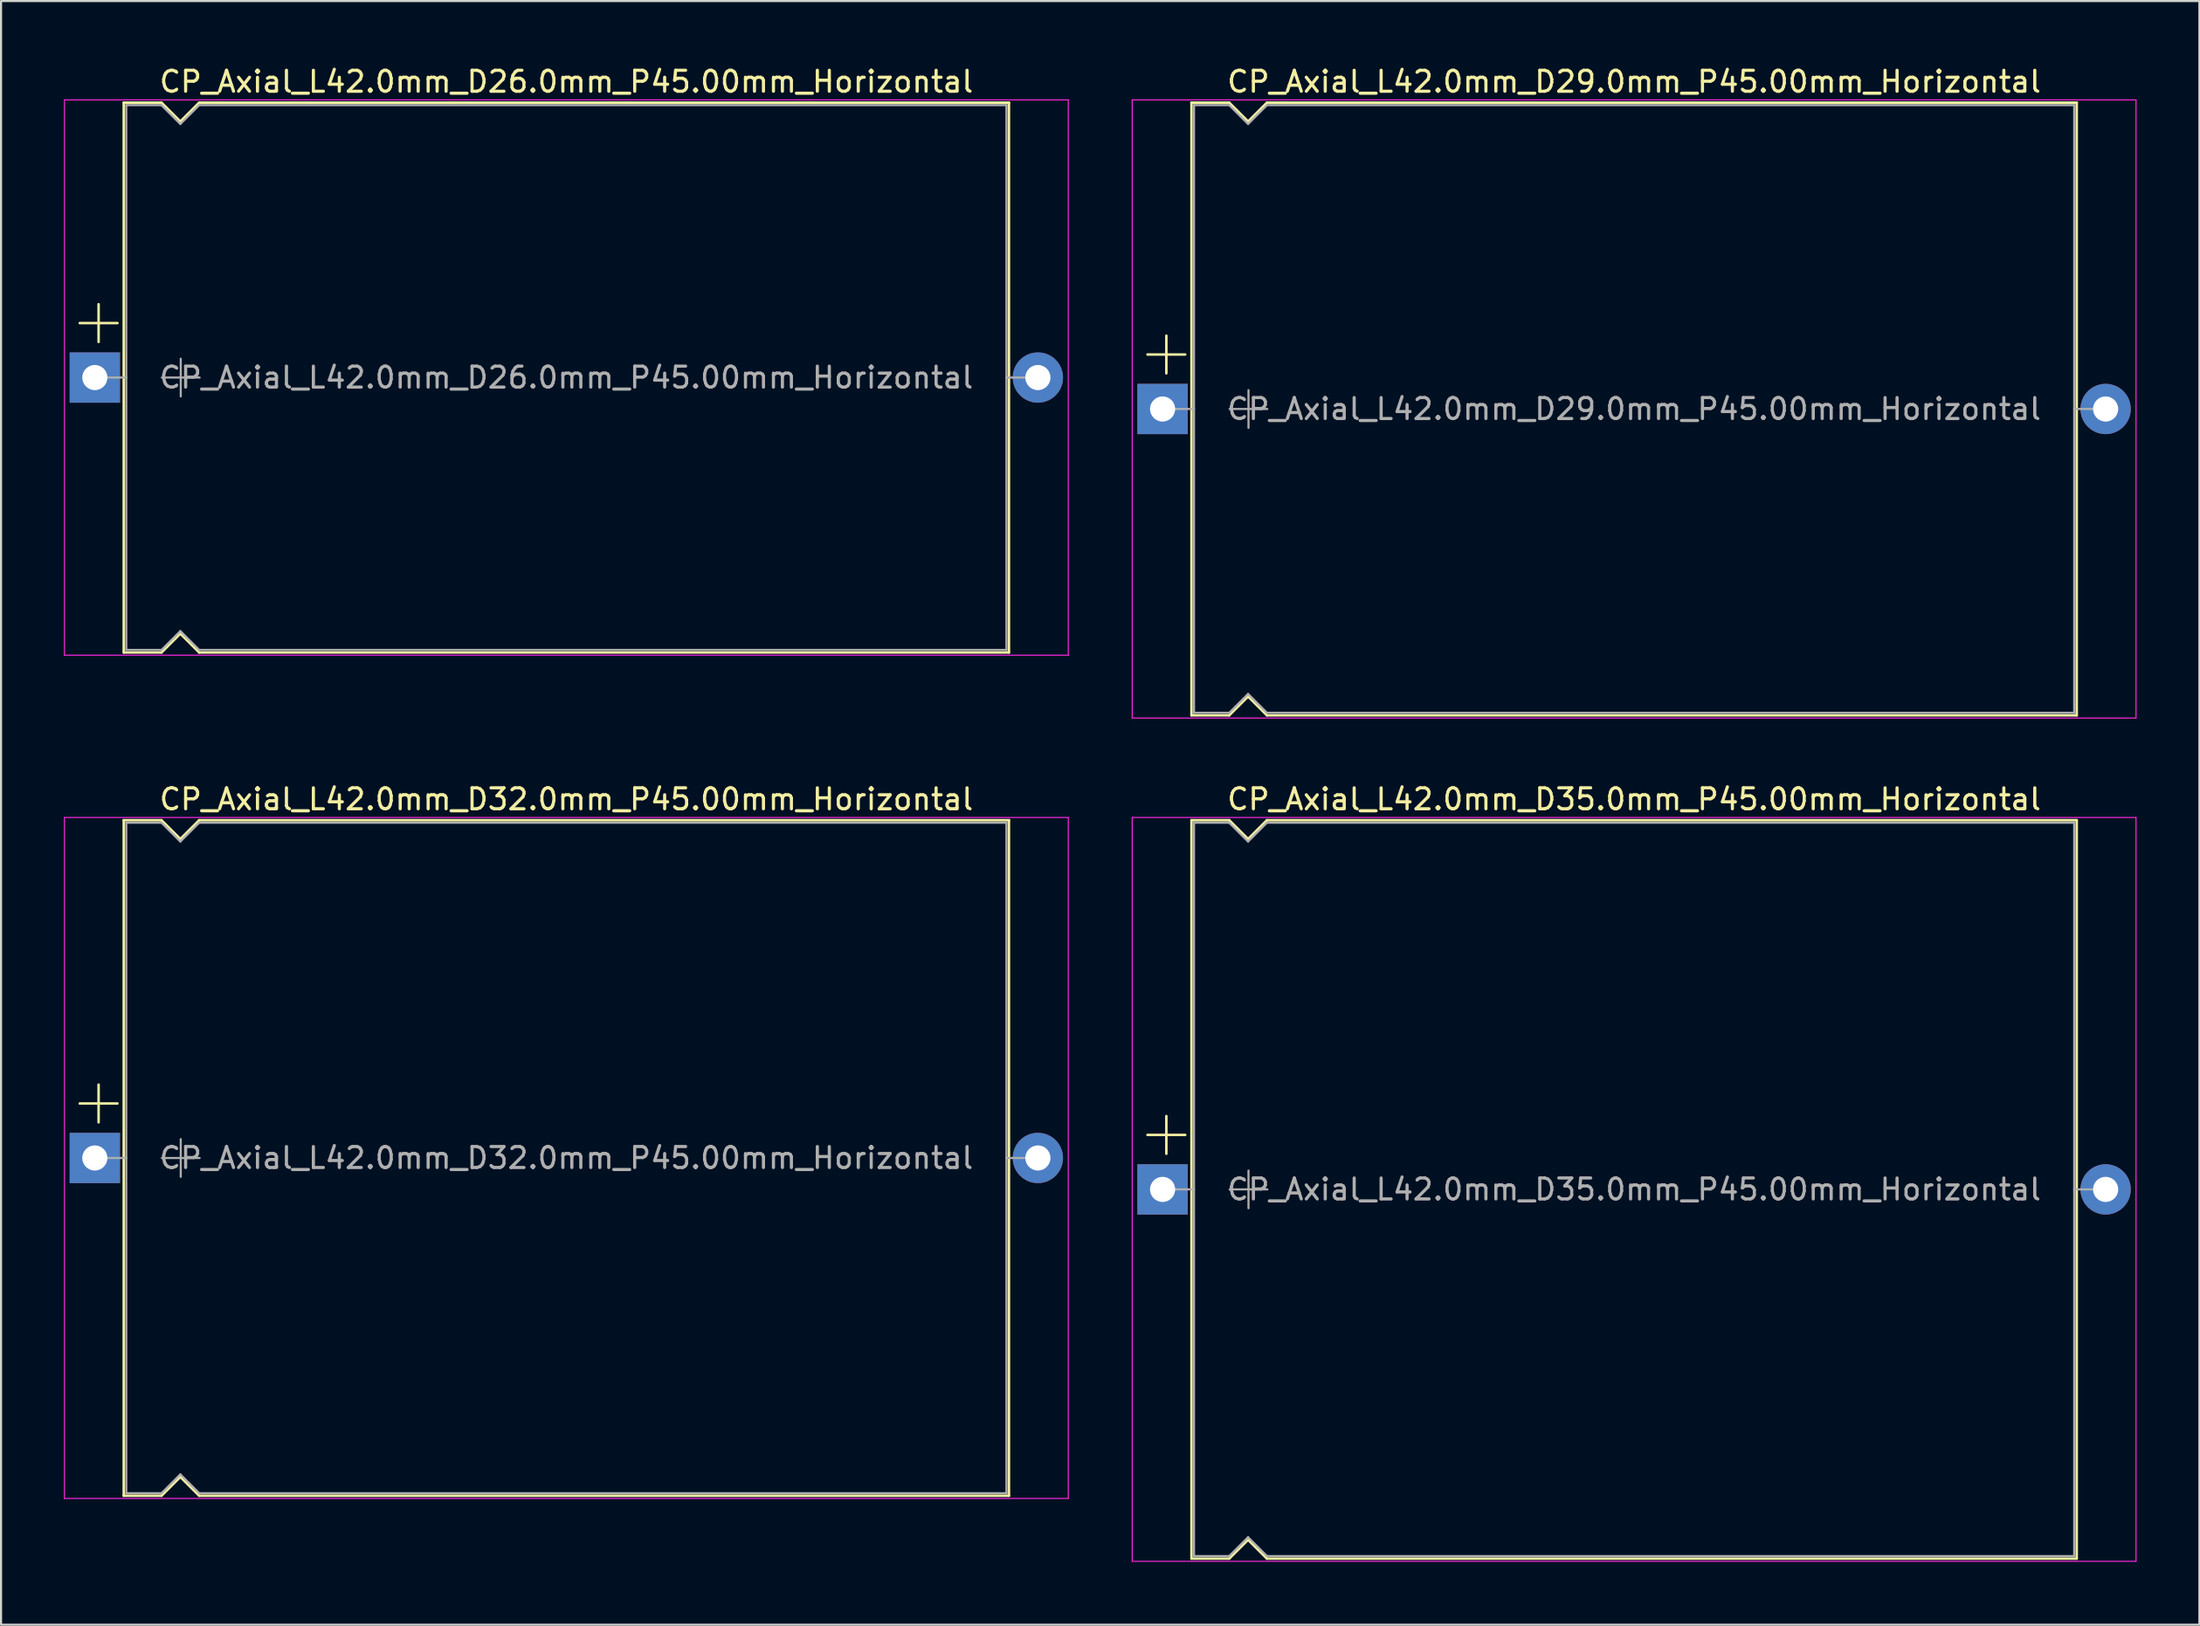
<source format=kicad_pcb>
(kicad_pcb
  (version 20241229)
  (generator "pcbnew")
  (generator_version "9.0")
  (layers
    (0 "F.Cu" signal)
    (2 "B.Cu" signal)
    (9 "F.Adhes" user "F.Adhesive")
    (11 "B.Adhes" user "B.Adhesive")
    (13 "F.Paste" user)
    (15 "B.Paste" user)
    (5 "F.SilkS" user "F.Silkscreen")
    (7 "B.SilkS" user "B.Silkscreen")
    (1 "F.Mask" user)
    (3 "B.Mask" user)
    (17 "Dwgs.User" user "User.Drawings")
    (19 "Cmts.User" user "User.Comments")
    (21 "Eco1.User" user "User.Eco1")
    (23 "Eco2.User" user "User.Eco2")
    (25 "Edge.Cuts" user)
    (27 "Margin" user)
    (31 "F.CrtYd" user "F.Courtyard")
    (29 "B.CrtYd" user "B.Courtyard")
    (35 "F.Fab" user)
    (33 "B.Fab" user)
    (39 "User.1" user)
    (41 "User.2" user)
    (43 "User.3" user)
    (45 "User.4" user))
  (footprint "CP_Axial_L42.0mm_D35.0mm_P45.00mm_Horizontal"
    (layer "F.Cu")
    (at 52.425 53.712)
    (property "Reference" "CP_Axial_L42.0mm_D35.0mm_P45.00mm_Horizontal" (at 22.5 -18.62 0) (layer "F.SilkS") (effects (font (size 1 1) (thickness 0.15))))
    (attr through_hole)
    (fp_line (start -0.72 -2.6) (end 1.08 -2.6) (stroke (width 0.12) (type solid)) (layer "F.SilkS"))
    (fp_line (start 0.18 -3.5) (end 0.18 -1.7) (stroke (width 0.12) (type solid)) (layer "F.SilkS"))
    (fp_line (start 1.38 -17.62) (end 1.38 17.62) (stroke (width 0.12) (type solid)) (layer "F.SilkS"))
    (fp_line (start 1.38 -17.62) (end 3.18 -17.62) (stroke (width 0.12) (type solid)) (layer "F.SilkS"))
    (fp_line (start 1.38 17.62) (end 3.18 17.62) (stroke (width 0.12) (type solid)) (layer "F.SilkS"))
    (fp_line (start 3.18 -17.62) (end 4.08 -16.72) (stroke (width 0.12) (type solid)) (layer "F.SilkS"))
    (fp_line (start 3.18 17.62) (end 4.08 16.72) (stroke (width 0.12) (type solid)) (layer "F.SilkS"))
    (fp_line (start 4.08 -16.72) (end 4.98 -17.62) (stroke (width 0.12) (type solid)) (layer "F.SilkS"))
    (fp_line (start 4.08 16.72) (end 4.98 17.62) (stroke (width 0.12) (type solid)) (layer "F.SilkS"))
    (fp_line (start 4.98 -17.62) (end 43.62 -17.62) (stroke (width 0.12) (type solid)) (layer "F.SilkS"))
    (fp_line (start 4.98 17.62) (end 43.62 17.62) (stroke (width 0.12) (type solid)) (layer "F.SilkS"))
    (fp_line (start 43.62 -17.62) (end 43.62 17.62) (stroke (width 0.12) (type solid)) (layer "F.SilkS"))
    (fp_line (start -1.45 -17.75) (end -1.45 17.75) (stroke (width 0.05) (type solid)) (layer "F.CrtYd"))
    (fp_line (start -1.45 17.75) (end 46.45 17.75) (stroke (width 0.05) (type solid)) (layer "F.CrtYd"))
    (fp_line (start 46.45 -17.75) (end -1.45 -17.75) (stroke (width 0.05) (type solid)) (layer "F.CrtYd"))
    (fp_line (start 46.45 17.75) (end 46.45 -17.75) (stroke (width 0.05) (type solid)) (layer "F.CrtYd"))
    (fp_line (start 0 0) (end 1.5 0) (stroke (width 0.1) (type solid)) (layer "F.Fab"))
    (fp_line (start 1.5 -17.5) (end 1.5 17.5) (stroke (width 0.1) (type solid)) (layer "F.Fab"))
    (fp_line (start 1.5 -17.5) (end 3.18 -17.5) (stroke (width 0.1) (type solid)) (layer "F.Fab"))
    (fp_line (start 1.5 17.5) (end 3.18 17.5) (stroke (width 0.1) (type solid)) (layer "F.Fab"))
    (fp_line (start 3.18 -17.5) (end 4.08 -16.6) (stroke (width 0.1) (type solid)) (layer "F.Fab"))
    (fp_line (start 3.18 17.5) (end 4.08 16.6) (stroke (width 0.1) (type solid)) (layer "F.Fab"))
    (fp_line (start 3.2 0) (end 5 0) (stroke (width 0.1) (type solid)) (layer "F.Fab"))
    (fp_line (start 4.08 -16.6) (end 4.98 -17.5) (stroke (width 0.1) (type solid)) (layer "F.Fab"))
    (fp_line (start 4.08 16.6) (end 4.98 17.5) (stroke (width 0.1) (type solid)) (layer "F.Fab"))
    (fp_line (start 4.1 -0.9) (end 4.1 0.9) (stroke (width 0.1) (type solid)) (layer "F.Fab"))
    (fp_line (start 4.98 -17.5) (end 43.5 -17.5) (stroke (width 0.1) (type solid)) (layer "F.Fab"))
    (fp_line (start 4.98 17.5) (end 43.5 17.5) (stroke (width 0.1) (type solid)) (layer "F.Fab"))
    (fp_line (start 43.5 -17.5) (end 43.5 17.5) (stroke (width 0.1) (type solid)) (layer "F.Fab"))
    (fp_line (start 45 0) (end 43.5 0) (stroke (width 0.1) (type solid)) (layer "F.Fab"))
    (fp_text user "${REFERENCE}" (at 22.5 0 0) (layer "F.Fab") (effects (font (size 1 1) (thickness 0.15))))
    (pad "1" thru_hole rect (at 0 0) (size 2.4 2.4) (drill 1.2) (layers "*.Cu" "*.Mask"))
    (pad "2" thru_hole oval (at 45 0) (size 2.4 2.4) (drill 1.2) (layers "*.Cu" "*.Mask")))
  (footprint "CP_Axial_L42.0mm_D32.0mm_P45.00mm_Horizontal"
    (layer "F.Cu")
    (at 1.475 52.212)
    (property "Reference" "CP_Axial_L42.0mm_D32.0mm_P45.00mm_Horizontal" (at 22.5 -17.12 0) (layer "F.SilkS") (effects (font (size 1 1) (thickness 0.15))))
    (attr through_hole)
    (fp_line (start -0.72 -2.6) (end 1.08 -2.6) (stroke (width 0.12) (type solid)) (layer "F.SilkS"))
    (fp_line (start 0.18 -3.5) (end 0.18 -1.7) (stroke (width 0.12) (type solid)) (layer "F.SilkS"))
    (fp_line (start 1.38 -16.12) (end 1.38 16.12) (stroke (width 0.12) (type solid)) (layer "F.SilkS"))
    (fp_line (start 1.38 -16.12) (end 3.18 -16.12) (stroke (width 0.12) (type solid)) (layer "F.SilkS"))
    (fp_line (start 1.38 16.12) (end 3.18 16.12) (stroke (width 0.12) (type solid)) (layer "F.SilkS"))
    (fp_line (start 3.18 -16.12) (end 4.08 -15.22) (stroke (width 0.12) (type solid)) (layer "F.SilkS"))
    (fp_line (start 3.18 16.12) (end 4.08 15.22) (stroke (width 0.12) (type solid)) (layer "F.SilkS"))
    (fp_line (start 4.08 -15.22) (end 4.98 -16.12) (stroke (width 0.12) (type solid)) (layer "F.SilkS"))
    (fp_line (start 4.08 15.22) (end 4.98 16.12) (stroke (width 0.12) (type solid)) (layer "F.SilkS"))
    (fp_line (start 4.98 -16.12) (end 43.62 -16.12) (stroke (width 0.12) (type solid)) (layer "F.SilkS"))
    (fp_line (start 4.98 16.12) (end 43.62 16.12) (stroke (width 0.12) (type solid)) (layer "F.SilkS"))
    (fp_line (start 43.62 -16.12) (end 43.62 16.12) (stroke (width 0.12) (type solid)) (layer "F.SilkS"))
    (fp_line (start -1.45 -16.25) (end -1.45 16.25) (stroke (width 0.05) (type solid)) (layer "F.CrtYd"))
    (fp_line (start -1.45 16.25) (end 46.45 16.25) (stroke (width 0.05) (type solid)) (layer "F.CrtYd"))
    (fp_line (start 46.45 -16.25) (end -1.45 -16.25) (stroke (width 0.05) (type solid)) (layer "F.CrtYd"))
    (fp_line (start 46.45 16.25) (end 46.45 -16.25) (stroke (width 0.05) (type solid)) (layer "F.CrtYd"))
    (fp_line (start 0 0) (end 1.5 0) (stroke (width 0.1) (type solid)) (layer "F.Fab"))
    (fp_line (start 1.5 -16) (end 1.5 16) (stroke (width 0.1) (type solid)) (layer "F.Fab"))
    (fp_line (start 1.5 -16) (end 3.18 -16) (stroke (width 0.1) (type solid)) (layer "F.Fab"))
    (fp_line (start 1.5 16) (end 3.18 16) (stroke (width 0.1) (type solid)) (layer "F.Fab"))
    (fp_line (start 3.18 -16) (end 4.08 -15.1) (stroke (width 0.1) (type solid)) (layer "F.Fab"))
    (fp_line (start 3.18 16) (end 4.08 15.1) (stroke (width 0.1) (type solid)) (layer "F.Fab"))
    (fp_line (start 3.2 0) (end 5 0) (stroke (width 0.1) (type solid)) (layer "F.Fab"))
    (fp_line (start 4.08 -15.1) (end 4.98 -16) (stroke (width 0.1) (type solid)) (layer "F.Fab"))
    (fp_line (start 4.08 15.1) (end 4.98 16) (stroke (width 0.1) (type solid)) (layer "F.Fab"))
    (fp_line (start 4.1 -0.9) (end 4.1 0.9) (stroke (width 0.1) (type solid)) (layer "F.Fab"))
    (fp_line (start 4.98 -16) (end 43.5 -16) (stroke (width 0.1) (type solid)) (layer "F.Fab"))
    (fp_line (start 4.98 16) (end 43.5 16) (stroke (width 0.1) (type solid)) (layer "F.Fab"))
    (fp_line (start 43.5 -16) (end 43.5 16) (stroke (width 0.1) (type solid)) (layer "F.Fab"))
    (fp_line (start 45 0) (end 43.5 0) (stroke (width 0.1) (type solid)) (layer "F.Fab"))
    (fp_text user "${REFERENCE}" (at 22.5 0 0) (layer "F.Fab") (effects (font (size 1 1) (thickness 0.15))))
    (pad "1" thru_hole rect (at 0 0) (size 2.4 2.4) (drill 1.2) (layers "*.Cu" "*.Mask"))
    (pad "2" thru_hole oval (at 45 0) (size 2.4 2.4) (drill 1.2) (layers "*.Cu" "*.Mask")))
  (footprint "CP_Axial_L42.0mm_D26.0mm_P45.00mm_Horizontal"
    (layer "F.Cu")
    (at 1.475 14.968)
    (property "Reference" "CP_Axial_L42.0mm_D26.0mm_P45.00mm_Horizontal" (at 22.5 -14.12 0) (layer "F.SilkS") (effects (font (size 1 1) (thickness 0.15))))
    (attr through_hole)
    (fp_line (start -0.72 -2.6) (end 1.08 -2.6) (stroke (width 0.12) (type solid)) (layer "F.SilkS"))
    (fp_line (start 0.18 -3.5) (end 0.18 -1.7) (stroke (width 0.12) (type solid)) (layer "F.SilkS"))
    (fp_line (start 1.38 -13.12) (end 1.38 13.12) (stroke (width 0.12) (type solid)) (layer "F.SilkS"))
    (fp_line (start 1.38 -13.12) (end 3.18 -13.12) (stroke (width 0.12) (type solid)) (layer "F.SilkS"))
    (fp_line (start 1.38 13.12) (end 3.18 13.12) (stroke (width 0.12) (type solid)) (layer "F.SilkS"))
    (fp_line (start 3.18 -13.12) (end 4.08 -12.22) (stroke (width 0.12) (type solid)) (layer "F.SilkS"))
    (fp_line (start 3.18 13.12) (end 4.08 12.22) (stroke (width 0.12) (type solid)) (layer "F.SilkS"))
    (fp_line (start 4.08 -12.22) (end 4.98 -13.12) (stroke (width 0.12) (type solid)) (layer "F.SilkS"))
    (fp_line (start 4.08 12.22) (end 4.98 13.12) (stroke (width 0.12) (type solid)) (layer "F.SilkS"))
    (fp_line (start 4.98 -13.12) (end 43.62 -13.12) (stroke (width 0.12) (type solid)) (layer "F.SilkS"))
    (fp_line (start 4.98 13.12) (end 43.62 13.12) (stroke (width 0.12) (type solid)) (layer "F.SilkS"))
    (fp_line (start 43.62 -13.12) (end 43.62 13.12) (stroke (width 0.12) (type solid)) (layer "F.SilkS"))
    (fp_line (start -1.45 -13.25) (end -1.45 13.25) (stroke (width 0.05) (type solid)) (layer "F.CrtYd"))
    (fp_line (start -1.45 13.25) (end 46.45 13.25) (stroke (width 0.05) (type solid)) (layer "F.CrtYd"))
    (fp_line (start 46.45 -13.25) (end -1.45 -13.25) (stroke (width 0.05) (type solid)) (layer "F.CrtYd"))
    (fp_line (start 46.45 13.25) (end 46.45 -13.25) (stroke (width 0.05) (type solid)) (layer "F.CrtYd"))
    (fp_line (start 0 0) (end 1.5 0) (stroke (width 0.1) (type solid)) (layer "F.Fab"))
    (fp_line (start 1.5 -13) (end 1.5 13) (stroke (width 0.1) (type solid)) (layer "F.Fab"))
    (fp_line (start 1.5 -13) (end 3.18 -13) (stroke (width 0.1) (type solid)) (layer "F.Fab"))
    (fp_line (start 1.5 13) (end 3.18 13) (stroke (width 0.1) (type solid)) (layer "F.Fab"))
    (fp_line (start 3.18 -13) (end 4.08 -12.1) (stroke (width 0.1) (type solid)) (layer "F.Fab"))
    (fp_line (start 3.18 13) (end 4.08 12.1) (stroke (width 0.1) (type solid)) (layer "F.Fab"))
    (fp_line (start 3.2 0) (end 5 0) (stroke (width 0.1) (type solid)) (layer "F.Fab"))
    (fp_line (start 4.08 -12.1) (end 4.98 -13) (stroke (width 0.1) (type solid)) (layer "F.Fab"))
    (fp_line (start 4.08 12.1) (end 4.98 13) (stroke (width 0.1) (type solid)) (layer "F.Fab"))
    (fp_line (start 4.1 -0.9) (end 4.1 0.9) (stroke (width 0.1) (type solid)) (layer "F.Fab"))
    (fp_line (start 4.98 -13) (end 43.5 -13) (stroke (width 0.1) (type solid)) (layer "F.Fab"))
    (fp_line (start 4.98 13) (end 43.5 13) (stroke (width 0.1) (type solid)) (layer "F.Fab"))
    (fp_line (start 43.5 -13) (end 43.5 13) (stroke (width 0.1) (type solid)) (layer "F.Fab"))
    (fp_line (start 45 0) (end 43.5 0) (stroke (width 0.1) (type solid)) (layer "F.Fab"))
    (fp_text user "${REFERENCE}" (at 22.5 0 0) (layer "F.Fab") (effects (font (size 1 1) (thickness 0.15))))
    (pad "1" thru_hole rect (at 0 0) (size 2.4 2.4) (drill 1.2) (layers "*.Cu" "*.Mask"))
    (pad "2" thru_hole oval (at 45 0) (size 2.4 2.4) (drill 1.2) (layers "*.Cu" "*.Mask")))
  (footprint "CP_Axial_L42.0mm_D29.0mm_P45.00mm_Horizontal"
    (layer "F.Cu")
    (at 52.425 16.468)
    (property "Reference" "CP_Axial_L42.0mm_D29.0mm_P45.00mm_Horizontal" (at 22.5 -15.62 0) (layer "F.SilkS") (effects (font (size 1 1) (thickness 0.15))))
    (attr through_hole)
    (fp_line (start -0.72 -2.6) (end 1.08 -2.6) (stroke (width 0.12) (type solid)) (layer "F.SilkS"))
    (fp_line (start 0.18 -3.5) (end 0.18 -1.7) (stroke (width 0.12) (type solid)) (layer "F.SilkS"))
    (fp_line (start 1.38 -14.62) (end 1.38 14.62) (stroke (width 0.12) (type solid)) (layer "F.SilkS"))
    (fp_line (start 1.38 -14.62) (end 3.18 -14.62) (stroke (width 0.12) (type solid)) (layer "F.SilkS"))
    (fp_line (start 1.38 14.62) (end 3.18 14.62) (stroke (width 0.12) (type solid)) (layer "F.SilkS"))
    (fp_line (start 3.18 -14.62) (end 4.08 -13.72) (stroke (width 0.12) (type solid)) (layer "F.SilkS"))
    (fp_line (start 3.18 14.62) (end 4.08 13.72) (stroke (width 0.12) (type solid)) (layer "F.SilkS"))
    (fp_line (start 4.08 -13.72) (end 4.98 -14.62) (stroke (width 0.12) (type solid)) (layer "F.SilkS"))
    (fp_line (start 4.08 13.72) (end 4.98 14.62) (stroke (width 0.12) (type solid)) (layer "F.SilkS"))
    (fp_line (start 4.98 -14.62) (end 43.62 -14.62) (stroke (width 0.12) (type solid)) (layer "F.SilkS"))
    (fp_line (start 4.98 14.62) (end 43.62 14.62) (stroke (width 0.12) (type solid)) (layer "F.SilkS"))
    (fp_line (start 43.62 -14.62) (end 43.62 14.62) (stroke (width 0.12) (type solid)) (layer "F.SilkS"))
    (fp_line (start -1.45 -14.75) (end -1.45 14.75) (stroke (width 0.05) (type solid)) (layer "F.CrtYd"))
    (fp_line (start -1.45 14.75) (end 46.45 14.75) (stroke (width 0.05) (type solid)) (layer "F.CrtYd"))
    (fp_line (start 46.45 -14.75) (end -1.45 -14.75) (stroke (width 0.05) (type solid)) (layer "F.CrtYd"))
    (fp_line (start 46.45 14.75) (end 46.45 -14.75) (stroke (width 0.05) (type solid)) (layer "F.CrtYd"))
    (fp_line (start 0 0) (end 1.5 0) (stroke (width 0.1) (type solid)) (layer "F.Fab"))
    (fp_line (start 1.5 -14.5) (end 1.5 14.5) (stroke (width 0.1) (type solid)) (layer "F.Fab"))
    (fp_line (start 1.5 -14.5) (end 3.18 -14.5) (stroke (width 0.1) (type solid)) (layer "F.Fab"))
    (fp_line (start 1.5 14.5) (end 3.18 14.5) (stroke (width 0.1) (type solid)) (layer "F.Fab"))
    (fp_line (start 3.18 -14.5) (end 4.08 -13.6) (stroke (width 0.1) (type solid)) (layer "F.Fab"))
    (fp_line (start 3.18 14.5) (end 4.08 13.6) (stroke (width 0.1) (type solid)) (layer "F.Fab"))
    (fp_line (start 3.2 0) (end 5 0) (stroke (width 0.1) (type solid)) (layer "F.Fab"))
    (fp_line (start 4.08 -13.6) (end 4.98 -14.5) (stroke (width 0.1) (type solid)) (layer "F.Fab"))
    (fp_line (start 4.08 13.6) (end 4.98 14.5) (stroke (width 0.1) (type solid)) (layer "F.Fab"))
    (fp_line (start 4.1 -0.9) (end 4.1 0.9) (stroke (width 0.1) (type solid)) (layer "F.Fab"))
    (fp_line (start 4.98 -14.5) (end 43.5 -14.5) (stroke (width 0.1) (type solid)) (layer "F.Fab"))
    (fp_line (start 4.98 14.5) (end 43.5 14.5) (stroke (width 0.1) (type solid)) (layer "F.Fab"))
    (fp_line (start 43.5 -14.5) (end 43.5 14.5) (stroke (width 0.1) (type solid)) (layer "F.Fab"))
    (fp_line (start 45 0) (end 43.5 0) (stroke (width 0.1) (type solid)) (layer "F.Fab"))
    (fp_text user "${REFERENCE}" (at 22.5 0 0) (layer "F.Fab") (effects (font (size 1 1) (thickness 0.15))))
    (pad "1" thru_hole rect (at 0 0) (size 2.4 2.4) (drill 1.2) (layers "*.Cu" "*.Mask"))
    (pad "2" thru_hole oval (at 45 0) (size 2.4 2.4) (drill 1.2) (layers "*.Cu" "*.Mask")))
  (gr_rect
    (start -3 -3)
    (end 101.9 74.487)
    (stroke (width 0.1) (type default))
    (fill no)
    (layer "Edge.Cuts")))
</source>
